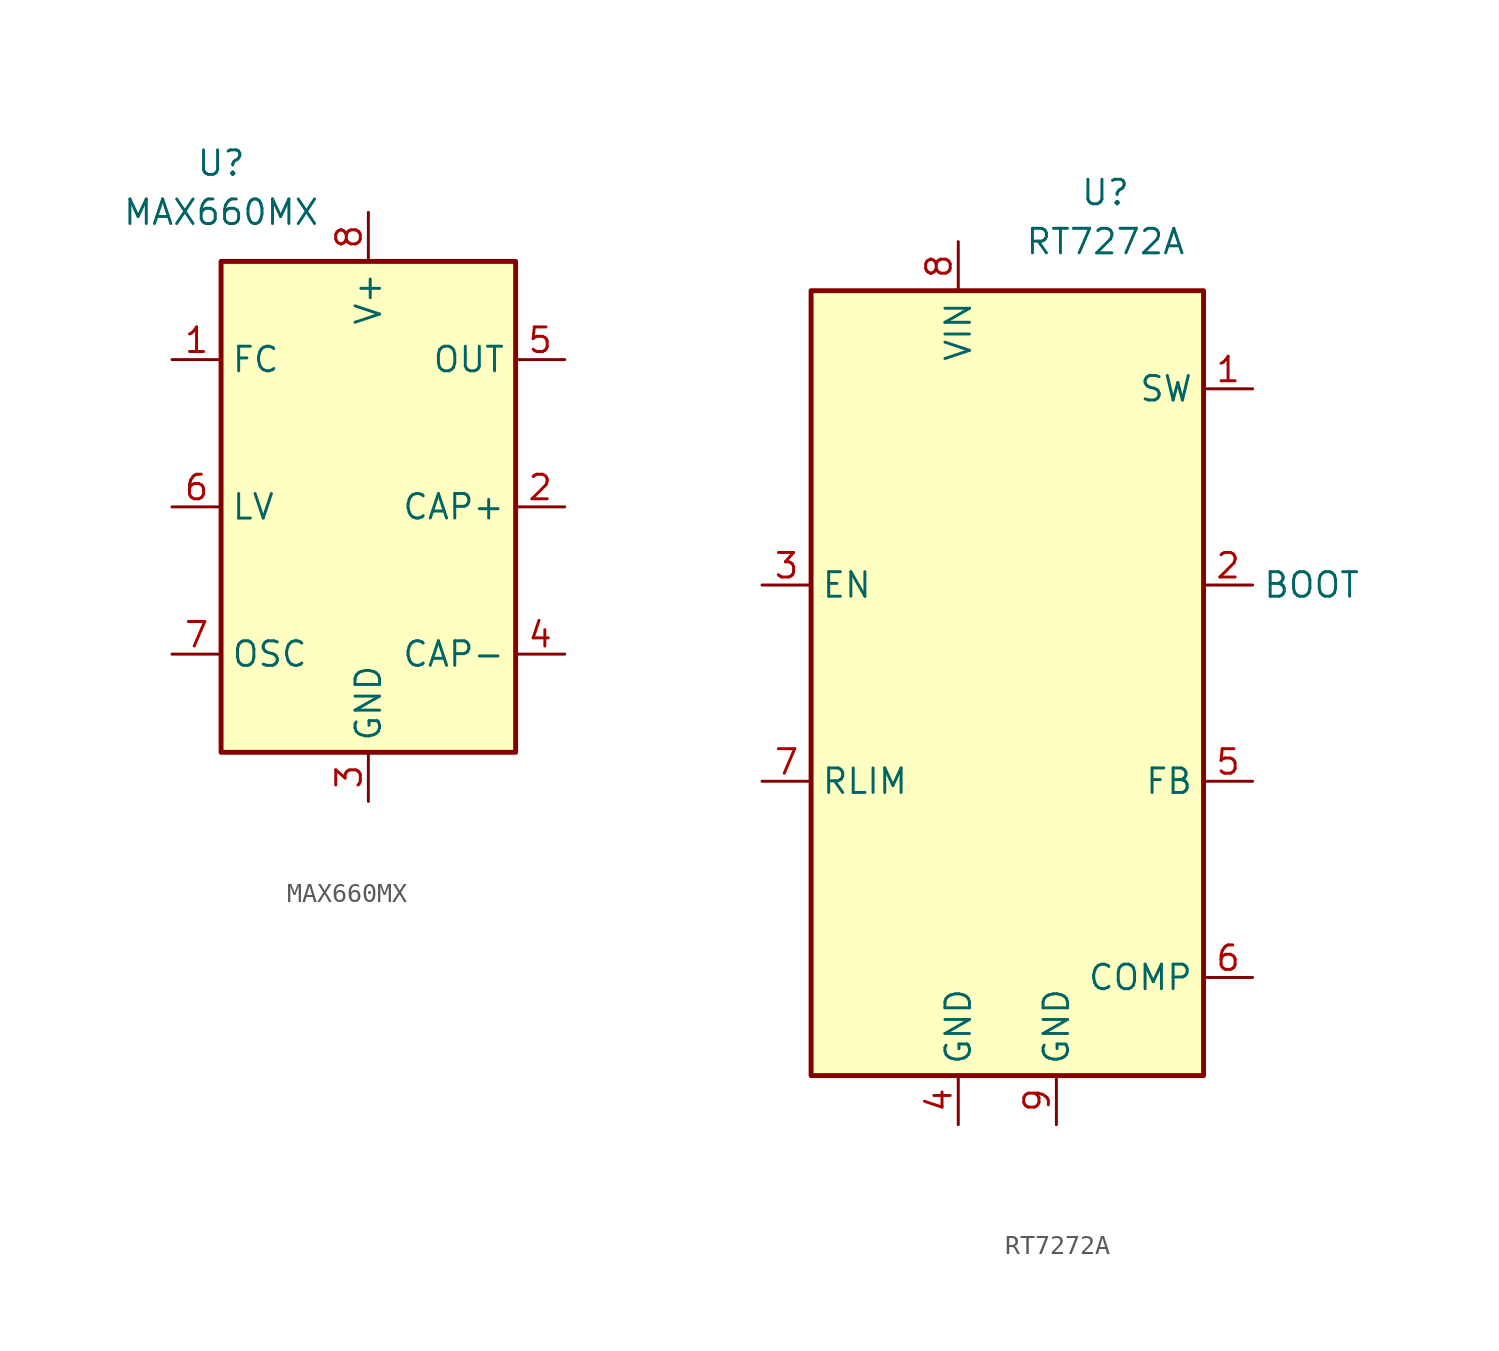
<source format=kicad_sym>
(kicad_symbol_lib
  (version 20211014)
  (generator kicad_symbol_editor)
  (symbol "MAX660MX"
    (property "Reference" "U"
      (at -7.62 17.78 0)
      (effects (font (size 1.27 1.27))))
    (property "Value" "MAX660MX"
      (at -7.62 15.24 0)
      (effects (font (size 1.27 1.27))))
    (symbol "MAX660MX_0_0"
      (pin input line (at -10.16 7.62 0) (length 2.54) (name "FC" (effects (font (size 1.27 1.27)))) (number "1" (effects (font (size 1.27 1.27)))))
      (pin power_out line (at 10.16 0 180) (length 2.54) (name "CAP+" (effects (font (size 1.27 1.27)))) (number "2" (effects (font (size 1.27 1.27)))))
      (pin power_in line (at 0 -15.24 90) (length 2.54) (name "GND" (effects (font (size 1.27 1.27)))) (number "3" (effects (font (size 1.27 1.27)))))
      (pin power_out line (at 10.16 -7.62 180) (length 2.54) (name "CAP-" (effects (font (size 1.27 1.27)))) (number "4" (effects (font (size 1.27 1.27)))))
      (pin power_out line (at 10.16 7.62 180) (length 2.54) (name "OUT" (effects (font (size 1.27 1.27)))) (number "5" (effects (font (size 1.27 1.27)))))
      (pin input line (at -10.16 0 0) (length 2.54) (name "LV" (effects (font (size 1.27 1.27)))) (number "6" (effects (font (size 1.27 1.27)))))
      (pin input line (at -10.16 -7.62 0) (length 2.54) (name "OSC" (effects (font (size 1.27 1.27)))) (number "7" (effects (font (size 1.27 1.27)))))
      (pin power_in line (at 0 15.24 270) (length 2.54) (name "V+" (effects (font (size 1.27 1.27)))) (number "8" (effects (font (size 1.27 1.27))))))
    (symbol "MAX660MX_0_1"
      (rectangle (start -7.62 12.7) (end 7.62 -12.7) (stroke (width 0.254) (type default) (color 0 0 0 0)) (fill (type background)))))
  (symbol "RT7272A"
    (property "Reference" "U"
      (at 5.08 25.4 0)
      (effects (font (size 1.27 1.27))))
    (property "Value" "RT7272A"
      (at 5.08 22.86 0)
      (effects (font (size 1.27 1.27))))
    (symbol "RT7272A_0_0"
      (pin power_out line (at 12.7 15.24 180) (length 2.54) (name "SW" (effects (font (size 1.27 1.27)))) (number "1" (effects (font (size 1.27 1.27)))))
      (pin input line (at 10.16 5.08 0) (length 2.54) (name "BOOT" (effects (font (size 1.27 1.27)))) (number "2" (effects (font (size 1.27 1.27)))))
      (pin input line (at -12.7 5.08 0) (length 2.54) (name "EN" (effects (font (size 1.27 1.27)))) (number "3" (effects (font (size 1.27 1.27)))))
      (pin power_in line (at -2.54 -22.86 90) (length 2.54) (name "GND" (effects (font (size 1.27 1.27)))) (number "4" (effects (font (size 1.27 1.27)))))
      (pin input line (at 12.7 -5.08 180) (length 2.54) (name "FB" (effects (font (size 1.27 1.27)))) (number "5" (effects (font (size 1.27 1.27)))))
      (pin output line (at 12.7 -15.24 180) (length 2.54) (name "COMP" (effects (font (size 1.27 1.27)))) (number "6" (effects (font (size 1.27 1.27)))))
      (pin input line (at -12.7 -5.08 0) (length 2.54) (name "RLIM" (effects (font (size 1.27 1.27)))) (number "7" (effects (font (size 1.27 1.27)))))
      (pin power_in line (at -2.54 22.86 270) (length 2.54) (name "VIN" (effects (font (size 1.27 1.27)))) (number "8" (effects (font (size 1.27 1.27)))))
      (pin power_in line (at 2.54 -22.86 90) (length 2.54) (name "GND" (effects (font (size 1.27 1.27)))) (number "9" (effects (font (size 1.27 1.27))))))
    (symbol "RT7272A_0_1"
      (rectangle (start -10.16 20.32) (end 10.16 -20.32) (stroke (width 0.254) (type default) (color 0 0 0 0)) (fill (type background))))))
</source>
